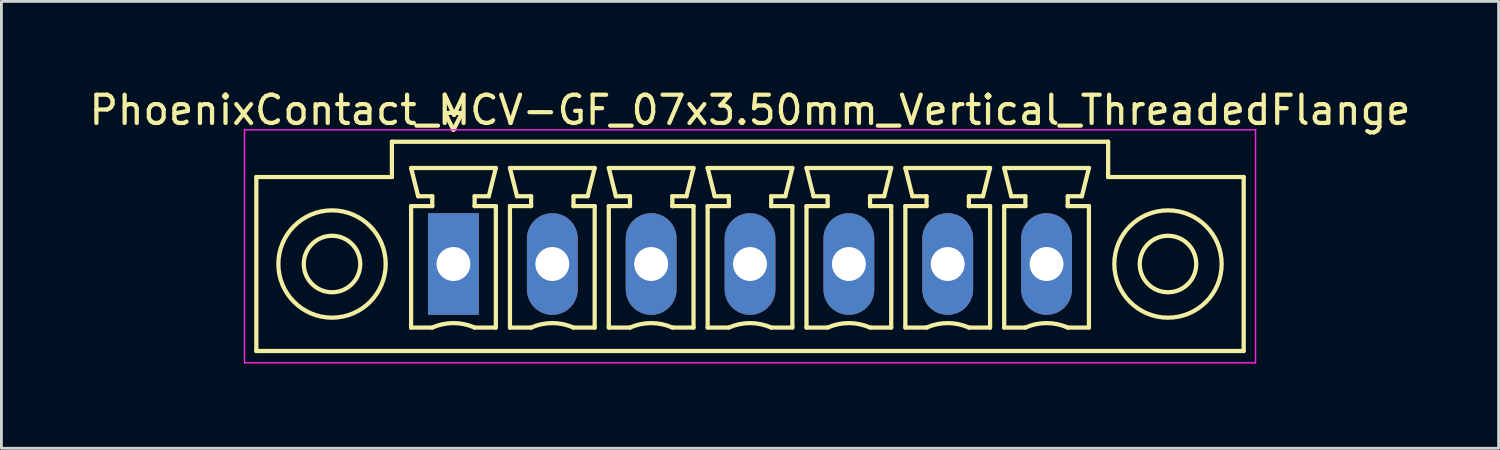
<source format=kicad_pcb>
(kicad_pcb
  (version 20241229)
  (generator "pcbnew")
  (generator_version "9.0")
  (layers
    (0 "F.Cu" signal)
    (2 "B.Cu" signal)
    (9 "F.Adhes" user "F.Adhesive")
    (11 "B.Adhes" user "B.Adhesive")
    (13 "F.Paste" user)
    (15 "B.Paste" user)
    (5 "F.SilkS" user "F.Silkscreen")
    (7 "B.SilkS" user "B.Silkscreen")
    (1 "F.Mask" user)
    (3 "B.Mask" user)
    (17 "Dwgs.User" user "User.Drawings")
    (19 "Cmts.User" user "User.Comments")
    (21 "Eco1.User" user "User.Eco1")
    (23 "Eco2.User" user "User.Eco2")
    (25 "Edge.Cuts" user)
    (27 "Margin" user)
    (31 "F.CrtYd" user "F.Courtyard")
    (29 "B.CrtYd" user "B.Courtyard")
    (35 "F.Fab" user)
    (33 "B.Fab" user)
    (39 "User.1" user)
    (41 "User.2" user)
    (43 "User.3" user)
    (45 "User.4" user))
  (footprint "PhoenixContact_MCV-GF_07x3.50mm_Vertical_ThreadedFlange"
    (layer "F.Cu")
    (at 13.006 6.298)
    (property "Reference" "PhoenixContact_MCV-GF_07x3.50mm_Vertical_ThreadedFlange" (at 10.5 -5.45 0) (layer "F.SilkS") (effects (font (size 1 1) (thickness 0.15))))
    (attr through_hole)
    (fp_line (start -6.98 -3.08) (end -6.98 3.08) (stroke (width 0.15) (type solid)) (layer "F.SilkS"))
    (fp_line (start -6.98 3.08) (end 27.98 3.08) (stroke (width 0.15) (type solid)) (layer "F.SilkS"))
    (fp_line (start -2.18 -4.33) (end -2.18 -3.08) (stroke (width 0.15) (type solid)) (layer "F.SilkS"))
    (fp_line (start -2.18 -3.08) (end -6.98 -3.08) (stroke (width 0.15) (type solid)) (layer "F.SilkS"))
    (fp_line (start -1.5 -3.4) (end 1.5 -3.4) (stroke (width 0.15) (type solid)) (layer "F.SilkS"))
    (fp_line (start -1.5 -2.05) (end -0.75 -2.05) (stroke (width 0.15) (type solid)) (layer "F.SilkS"))
    (fp_line (start -1.5 2.25) (end -1.5 -2.05) (stroke (width 0.15) (type solid)) (layer "F.SilkS"))
    (fp_line (start -1.25 -2.4) (end -1.5 -3.4) (stroke (width 0.15) (type solid)) (layer "F.SilkS"))
    (fp_line (start -0.75 -2.4) (end -1.25 -2.4) (stroke (width 0.15) (type solid)) (layer "F.SilkS"))
    (fp_line (start -0.75 -2.05) (end -0.75 -2.4) (stroke (width 0.15) (type solid)) (layer "F.SilkS"))
    (fp_line (start -0.75 2.25) (end -1.5 2.25) (stroke (width 0.15) (type solid)) (layer "F.SilkS"))
    (fp_line (start -0.3 -5.35) (end 0 -4.75) (stroke (width 0.15) (type solid)) (layer "F.SilkS"))
    (fp_line (start 0 -4.75) (end 0.3 -5.35) (stroke (width 0.15) (type solid)) (layer "F.SilkS"))
    (fp_line (start 0.3 -5.35) (end -0.3 -5.35) (stroke (width 0.15) (type solid)) (layer "F.SilkS"))
    (fp_line (start 0.75 -2.4) (end 0.75 -2.05) (stroke (width 0.15) (type solid)) (layer "F.SilkS"))
    (fp_line (start 0.75 -2.05) (end 0.75 -2.05) (stroke (width 0.15) (type solid)) (layer "F.SilkS"))
    (fp_line (start 0.75 -2.05) (end 1.5 -2.05) (stroke (width 0.15) (type solid)) (layer "F.SilkS"))
    (fp_line (start 1.25 -2.4) (end 0.75 -2.4) (stroke (width 0.15) (type solid)) (layer "F.SilkS"))
    (fp_line (start 1.5 -3.4) (end 1.25 -2.4) (stroke (width 0.15) (type solid)) (layer "F.SilkS"))
    (fp_line (start 1.5 -2.05) (end 1.5 2.25) (stroke (width 0.15) (type solid)) (layer "F.SilkS"))
    (fp_line (start 1.5 2.25) (end 0.75 2.25) (stroke (width 0.15) (type solid)) (layer "F.SilkS"))
    (fp_line (start 2 -3.4) (end 5 -3.4) (stroke (width 0.15) (type solid)) (layer "F.SilkS"))
    (fp_line (start 2 -2.05) (end 2.75 -2.05) (stroke (width 0.15) (type solid)) (layer "F.SilkS"))
    (fp_line (start 2 2.25) (end 2 -2.05) (stroke (width 0.15) (type solid)) (layer "F.SilkS"))
    (fp_line (start 2.25 -2.4) (end 2 -3.4) (stroke (width 0.15) (type solid)) (layer "F.SilkS"))
    (fp_line (start 2.75 -2.4) (end 2.25 -2.4) (stroke (width 0.15) (type solid)) (layer "F.SilkS"))
    (fp_line (start 2.75 -2.05) (end 2.75 -2.4) (stroke (width 0.15) (type solid)) (layer "F.SilkS"))
    (fp_line (start 2.75 2.25) (end 2 2.25) (stroke (width 0.15) (type solid)) (layer "F.SilkS"))
    (fp_line (start 4.25 -2.4) (end 4.25 -2.05) (stroke (width 0.15) (type solid)) (layer "F.SilkS"))
    (fp_line (start 4.25 -2.05) (end 4.25 -2.05) (stroke (width 0.15) (type solid)) (layer "F.SilkS"))
    (fp_line (start 4.25 -2.05) (end 5 -2.05) (stroke (width 0.15) (type solid)) (layer "F.SilkS"))
    (fp_line (start 4.75 -2.4) (end 4.25 -2.4) (stroke (width 0.15) (type solid)) (layer "F.SilkS"))
    (fp_line (start 5 -3.4) (end 4.75 -2.4) (stroke (width 0.15) (type solid)) (layer "F.SilkS"))
    (fp_line (start 5 -2.05) (end 5 2.25) (stroke (width 0.15) (type solid)) (layer "F.SilkS"))
    (fp_line (start 5 2.25) (end 4.25 2.25) (stroke (width 0.15) (type solid)) (layer "F.SilkS"))
    (fp_line (start 5.5 -3.4) (end 8.5 -3.4) (stroke (width 0.15) (type solid)) (layer "F.SilkS"))
    (fp_line (start 5.5 -2.05) (end 6.25 -2.05) (stroke (width 0.15) (type solid)) (layer "F.SilkS"))
    (fp_line (start 5.5 2.25) (end 5.5 -2.05) (stroke (width 0.15) (type solid)) (layer "F.SilkS"))
    (fp_line (start 5.75 -2.4) (end 5.5 -3.4) (stroke (width 0.15) (type solid)) (layer "F.SilkS"))
    (fp_line (start 6.25 -2.4) (end 5.75 -2.4) (stroke (width 0.15) (type solid)) (layer "F.SilkS"))
    (fp_line (start 6.25 -2.05) (end 6.25 -2.4) (stroke (width 0.15) (type solid)) (layer "F.SilkS"))
    (fp_line (start 6.25 2.25) (end 5.5 2.25) (stroke (width 0.15) (type solid)) (layer "F.SilkS"))
    (fp_line (start 7.75 -2.4) (end 7.75 -2.05) (stroke (width 0.15) (type solid)) (layer "F.SilkS"))
    (fp_line (start 7.75 -2.05) (end 7.75 -2.05) (stroke (width 0.15) (type solid)) (layer "F.SilkS"))
    (fp_line (start 7.75 -2.05) (end 8.5 -2.05) (stroke (width 0.15) (type solid)) (layer "F.SilkS"))
    (fp_line (start 8.25 -2.4) (end 7.75 -2.4) (stroke (width 0.15) (type solid)) (layer "F.SilkS"))
    (fp_line (start 8.5 -3.4) (end 8.25 -2.4) (stroke (width 0.15) (type solid)) (layer "F.SilkS"))
    (fp_line (start 8.5 -2.05) (end 8.5 2.25) (stroke (width 0.15) (type solid)) (layer "F.SilkS"))
    (fp_line (start 8.5 2.25) (end 7.75 2.25) (stroke (width 0.15) (type solid)) (layer "F.SilkS"))
    (fp_line (start 9 -3.4) (end 12 -3.4) (stroke (width 0.15) (type solid)) (layer "F.SilkS"))
    (fp_line (start 9 -2.05) (end 9.75 -2.05) (stroke (width 0.15) (type solid)) (layer "F.SilkS"))
    (fp_line (start 9 2.25) (end 9 -2.05) (stroke (width 0.15) (type solid)) (layer "F.SilkS"))
    (fp_line (start 9.25 -2.4) (end 9 -3.4) (stroke (width 0.15) (type solid)) (layer "F.SilkS"))
    (fp_line (start 9.75 -2.4) (end 9.25 -2.4) (stroke (width 0.15) (type solid)) (layer "F.SilkS"))
    (fp_line (start 9.75 -2.05) (end 9.75 -2.4) (stroke (width 0.15) (type solid)) (layer "F.SilkS"))
    (fp_line (start 9.75 2.25) (end 9 2.25) (stroke (width 0.15) (type solid)) (layer "F.SilkS"))
    (fp_line (start 11.25 -2.4) (end 11.25 -2.05) (stroke (width 0.15) (type solid)) (layer "F.SilkS"))
    (fp_line (start 11.25 -2.05) (end 11.25 -2.05) (stroke (width 0.15) (type solid)) (layer "F.SilkS"))
    (fp_line (start 11.25 -2.05) (end 12 -2.05) (stroke (width 0.15) (type solid)) (layer "F.SilkS"))
    (fp_line (start 11.75 -2.4) (end 11.25 -2.4) (stroke (width 0.15) (type solid)) (layer "F.SilkS"))
    (fp_line (start 12 -3.4) (end 11.75 -2.4) (stroke (width 0.15) (type solid)) (layer "F.SilkS"))
    (fp_line (start 12 -2.05) (end 12 2.25) (stroke (width 0.15) (type solid)) (layer "F.SilkS"))
    (fp_line (start 12 2.25) (end 11.25 2.25) (stroke (width 0.15) (type solid)) (layer "F.SilkS"))
    (fp_line (start 12.5 -3.4) (end 15.5 -3.4) (stroke (width 0.15) (type solid)) (layer "F.SilkS"))
    (fp_line (start 12.5 -2.05) (end 13.25 -2.05) (stroke (width 0.15) (type solid)) (layer "F.SilkS"))
    (fp_line (start 12.5 2.25) (end 12.5 -2.05) (stroke (width 0.15) (type solid)) (layer "F.SilkS"))
    (fp_line (start 12.75 -2.4) (end 12.5 -3.4) (stroke (width 0.15) (type solid)) (layer "F.SilkS"))
    (fp_line (start 13.25 -2.4) (end 12.75 -2.4) (stroke (width 0.15) (type solid)) (layer "F.SilkS"))
    (fp_line (start 13.25 -2.05) (end 13.25 -2.4) (stroke (width 0.15) (type solid)) (layer "F.SilkS"))
    (fp_line (start 13.25 2.25) (end 12.5 2.25) (stroke (width 0.15) (type solid)) (layer "F.SilkS"))
    (fp_line (start 14.75 -2.4) (end 14.75 -2.05) (stroke (width 0.15) (type solid)) (layer "F.SilkS"))
    (fp_line (start 14.75 -2.05) (end 14.75 -2.05) (stroke (width 0.15) (type solid)) (layer "F.SilkS"))
    (fp_line (start 14.75 -2.05) (end 15.5 -2.05) (stroke (width 0.15) (type solid)) (layer "F.SilkS"))
    (fp_line (start 15.25 -2.4) (end 14.75 -2.4) (stroke (width 0.15) (type solid)) (layer "F.SilkS"))
    (fp_line (start 15.5 -3.4) (end 15.25 -2.4) (stroke (width 0.15) (type solid)) (layer "F.SilkS"))
    (fp_line (start 15.5 -2.05) (end 15.5 2.25) (stroke (width 0.15) (type solid)) (layer "F.SilkS"))
    (fp_line (start 15.5 2.25) (end 14.75 2.25) (stroke (width 0.15) (type solid)) (layer "F.SilkS"))
    (fp_line (start 16 -3.4) (end 19 -3.4) (stroke (width 0.15) (type solid)) (layer "F.SilkS"))
    (fp_line (start 16 -2.05) (end 16.75 -2.05) (stroke (width 0.15) (type solid)) (layer "F.SilkS"))
    (fp_line (start 16 2.25) (end 16 -2.05) (stroke (width 0.15) (type solid)) (layer "F.SilkS"))
    (fp_line (start 16.25 -2.4) (end 16 -3.4) (stroke (width 0.15) (type solid)) (layer "F.SilkS"))
    (fp_line (start 16.75 -2.4) (end 16.25 -2.4) (stroke (width 0.15) (type solid)) (layer "F.SilkS"))
    (fp_line (start 16.75 -2.05) (end 16.75 -2.4) (stroke (width 0.15) (type solid)) (layer "F.SilkS"))
    (fp_line (start 16.75 2.25) (end 16 2.25) (stroke (width 0.15) (type solid)) (layer "F.SilkS"))
    (fp_line (start 18.25 -2.4) (end 18.25 -2.05) (stroke (width 0.15) (type solid)) (layer "F.SilkS"))
    (fp_line (start 18.25 -2.05) (end 18.25 -2.05) (stroke (width 0.15) (type solid)) (layer "F.SilkS"))
    (fp_line (start 18.25 -2.05) (end 19 -2.05) (stroke (width 0.15) (type solid)) (layer "F.SilkS"))
    (fp_line (start 18.75 -2.4) (end 18.25 -2.4) (stroke (width 0.15) (type solid)) (layer "F.SilkS"))
    (fp_line (start 19 -3.4) (end 18.75 -2.4) (stroke (width 0.15) (type solid)) (layer "F.SilkS"))
    (fp_line (start 19 -2.05) (end 19 2.25) (stroke (width 0.15) (type solid)) (layer "F.SilkS"))
    (fp_line (start 19 2.25) (end 18.25 2.25) (stroke (width 0.15) (type solid)) (layer "F.SilkS"))
    (fp_line (start 19.5 -3.4) (end 22.5 -3.4) (stroke (width 0.15) (type solid)) (layer "F.SilkS"))
    (fp_line (start 19.5 -2.05) (end 20.25 -2.05) (stroke (width 0.15) (type solid)) (layer "F.SilkS"))
    (fp_line (start 19.5 2.25) (end 19.5 -2.05) (stroke (width 0.15) (type solid)) (layer "F.SilkS"))
    (fp_line (start 19.75 -2.4) (end 19.5 -3.4) (stroke (width 0.15) (type solid)) (layer "F.SilkS"))
    (fp_line (start 20.25 -2.4) (end 19.75 -2.4) (stroke (width 0.15) (type solid)) (layer "F.SilkS"))
    (fp_line (start 20.25 -2.05) (end 20.25 -2.4) (stroke (width 0.15) (type solid)) (layer "F.SilkS"))
    (fp_line (start 20.25 2.25) (end 19.5 2.25) (stroke (width 0.15) (type solid)) (layer "F.SilkS"))
    (fp_line (start 21.75 -2.4) (end 21.75 -2.05) (stroke (width 0.15) (type solid)) (layer "F.SilkS"))
    (fp_line (start 21.75 -2.05) (end 21.75 -2.05) (stroke (width 0.15) (type solid)) (layer "F.SilkS"))
    (fp_line (start 21.75 -2.05) (end 22.5 -2.05) (stroke (width 0.15) (type solid)) (layer "F.SilkS"))
    (fp_line (start 22.25 -2.4) (end 21.75 -2.4) (stroke (width 0.15) (type solid)) (layer "F.SilkS"))
    (fp_line (start 22.5 -3.4) (end 22.25 -2.4) (stroke (width 0.15) (type solid)) (layer "F.SilkS"))
    (fp_line (start 22.5 -2.05) (end 22.5 2.25) (stroke (width 0.15) (type solid)) (layer "F.SilkS"))
    (fp_line (start 22.5 2.25) (end 21.75 2.25) (stroke (width 0.15) (type solid)) (layer "F.SilkS"))
    (fp_line (start 23.18 -4.33) (end -2.18 -4.33) (stroke (width 0.15) (type solid)) (layer "F.SilkS"))
    (fp_line (start 23.18 -3.08) (end 23.18 -4.33) (stroke (width 0.15) (type solid)) (layer "F.SilkS"))
    (fp_line (start 27.98 -3.08) (end 23.18 -3.08) (stroke (width 0.15) (type solid)) (layer "F.SilkS"))
    (fp_line (start 27.98 3.08) (end 27.98 -3.08) (stroke (width 0.15) (type solid)) (layer "F.SilkS"))
    (fp_arc (start -0.75 2.25) (mid -0.000193 2.09191) (end 0.749647 2.249844) (stroke (width 0.15) (type solid)) (layer "F.SilkS"))
    (fp_arc (start 2.75 2.25) (mid 3.499807 2.09191) (end 4.249647 2.249844) (stroke (width 0.15) (type solid)) (layer "F.SilkS"))
    (fp_arc (start 6.25 2.25) (mid 6.999807 2.09191) (end 7.749647 2.249844) (stroke (width 0.15) (type solid)) (layer "F.SilkS"))
    (fp_arc (start 9.75 2.25) (mid 10.499807 2.09191) (end 11.249647 2.249844) (stroke (width 0.15) (type solid)) (layer "F.SilkS"))
    (fp_arc (start 13.25 2.25) (mid 13.999807 2.09191) (end 14.749647 2.249844) (stroke (width 0.15) (type solid)) (layer "F.SilkS"))
    (fp_arc (start 16.75 2.25) (mid 17.499807 2.09191) (end 18.249647 2.249844) (stroke (width 0.15) (type solid)) (layer "F.SilkS"))
    (fp_arc (start 20.25 2.25) (mid 20.999807 2.09191) (end 21.749647 2.249844) (stroke (width 0.15) (type solid)) (layer "F.SilkS"))
    (fp_circle (center -4.3 0) (end -3.3 0) (stroke (width 0.15) (type solid)) (fill no) (layer "F.SilkS"))
    (fp_circle (center -4.3 0) (end -2.4 0) (stroke (width 0.15) (type solid)) (fill no) (layer "F.SilkS"))
    (fp_circle (center 25.3 0) (end 26.3 0) (stroke (width 0.15) (type solid)) (fill no) (layer "F.SilkS"))
    (fp_circle (center 25.3 0) (end 27.2 0) (stroke (width 0.15) (type solid)) (fill no) (layer "F.SilkS"))
    (fp_line (start -7.4 -4.75) (end -7.4 3.5) (stroke (width 0.05) (type solid)) (layer "F.CrtYd"))
    (fp_line (start -7.4 3.5) (end 28.4 3.5) (stroke (width 0.05) (type solid)) (layer "F.CrtYd"))
    (fp_line (start 28.4 -4.75) (end -7.4 -4.75) (stroke (width 0.05) (type solid)) (layer "F.CrtYd"))
    (fp_line (start 28.4 3.5) (end 28.4 -4.75) (stroke (width 0.05) (type solid)) (layer "F.CrtYd"))
    (pad "1" thru_hole rect (at 0 0) (size 1.8 3.6) (drill 1.2) (layers "*.Cu" "*.Mask"))
    (pad "2" thru_hole oval (at 3.5 0) (size 1.8 3.6) (drill 1.2) (layers "*.Cu" "*.Mask"))
    (pad "3" thru_hole oval (at 7 0) (size 1.8 3.6) (drill 1.2) (layers "*.Cu" "*.Mask"))
    (pad "4" thru_hole oval (at 10.5 0) (size 1.8 3.6) (drill 1.2) (layers "*.Cu" "*.Mask"))
    (pad "5" thru_hole oval (at 14 0) (size 1.8 3.6) (drill 1.2) (layers "*.Cu" "*.Mask"))
    (pad "6" thru_hole oval (at 17.5 0) (size 1.8 3.6) (drill 1.2) (layers "*.Cu" "*.Mask"))
    (pad "7" thru_hole oval (at 21 0) (size 1.8 3.6) (drill 1.2) (layers "*.Cu" "*.Mask")))
  (gr_rect
    (start -3 -3)
    (end 50.012 12.823)
    (stroke (width 0.1) (type default))
    (fill no)
    (layer "Edge.Cuts")))
</source>
